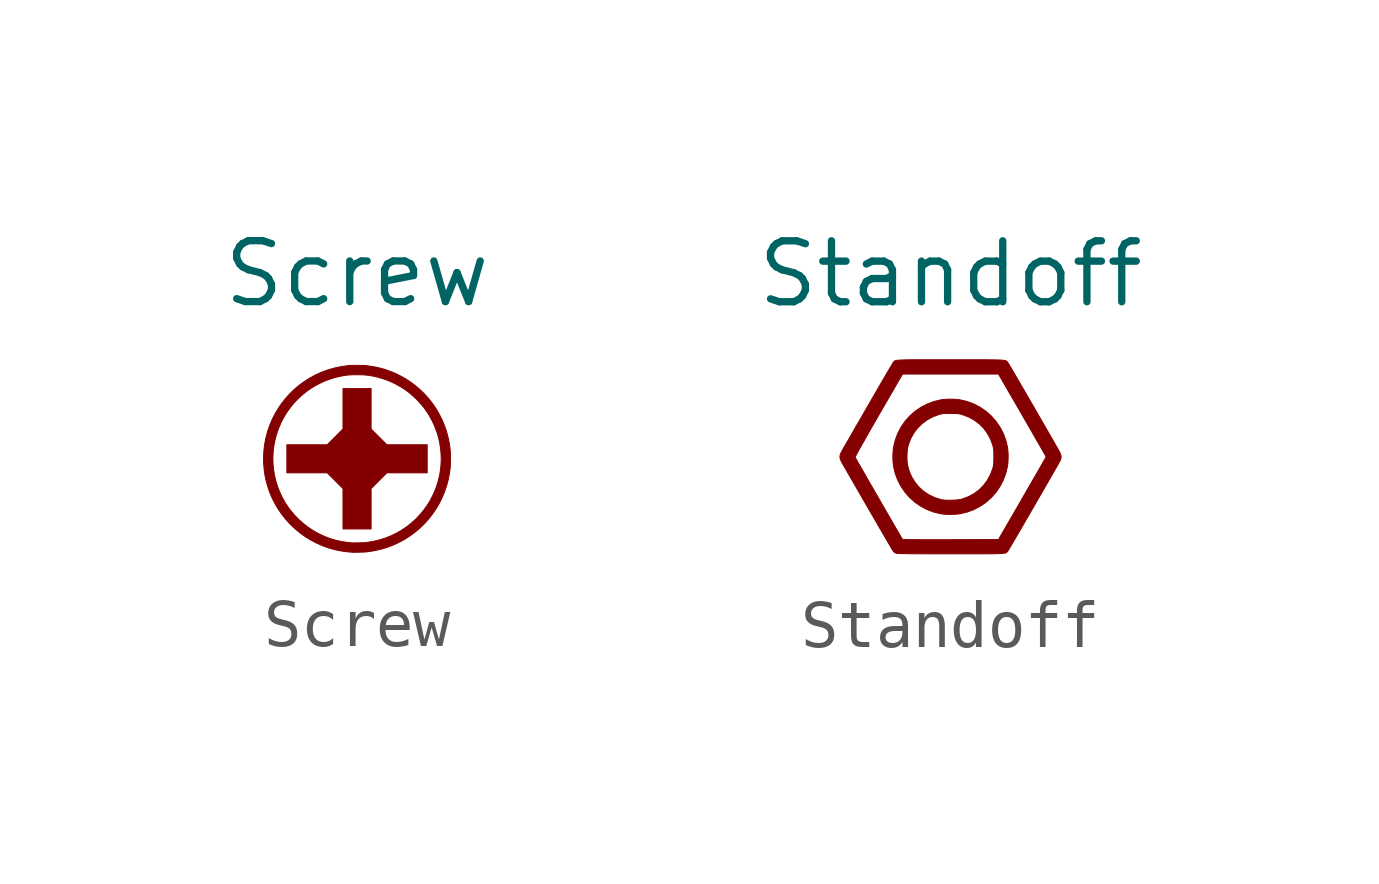
<source format=kicad_sym>
(kicad_symbol_lib
  (version 20241209)
  (generator "kicad_symbol_editor")
  (generator_version "9.0")
  (symbol "Screw"
    (pin_numbers
      (hide yes))
    (pin_names
      (offset 0)
      (hide yes))
    (property "Reference" "G"
      (at 0 2.54 0)
      (effects (font (size 1.27 1.27)) (hide yes)))
    (property "Value" "Screw"
      (at -0.001 3.81 0)
      (effects (font (size 1.27 1.27))))
    (symbol "Screw_0_0"
      (polyline (pts (xy -0.017 -1.998) (xy 0.018 -1.998) (xy 0.055 -1.997) (xy 0.091 -1.996) (xy 0.125 -1.995) (xy 0.155 -1.994) (xy 0.18 -1.992) (xy 0.198 -1.991) (xy 0.219 -1.988) (xy 0.298 -1.977) (xy 0.379 -1.962) (xy 0.461 -1.944) (xy 0.538 -1.924) (xy 0.61 -1.903) (xy 0.725 -1.86) (xy 0.85 -1.805) (xy 0.97 -1.742) (xy 1.084 -1.671) (xy 1.192 -1.593) (xy 1.295 -1.508) (xy 1.391 -1.417) (xy 1.481 -1.319) (xy 1.564 -1.215) (xy 1.639 -1.106) (xy 1.708 -0.992) (xy 1.768 -0.873) (xy 1.821 -0.749) (xy 1.865 -0.622) (xy 1.9 -0.491) (xy 1.927 -0.356) (xy 1.932 -0.32) (xy 1.938 -0.278) (xy 1.942 -0.237) (xy 1.945 -0.197) (xy 1.947 -0.153) (xy 1.948 -0.105) (xy 1.948 -0.049) (xy 1.948 -0.005) (xy 1.947 0.045) (xy 1.946 0.09) (xy 1.943 0.131) (xy 1.939 0.171) (xy 1.933 0.213) (xy 1.927 0.259) (xy 1.904 0.376) (xy 1.87 0.507) (xy 1.827 0.635) (xy 1.776 0.759) (xy 1.716 0.879) (xy 1.649 0.994) (xy 1.574 1.104) (xy 1.492 1.208) (xy 1.403 1.307) (xy 1.307 1.399) (xy 1.206 1.485) (xy 1.098 1.564) (xy 0.984 1.636) (xy 0.865 1.7) (xy 0.741 1.756) (xy 0.612 1.804) (xy 0.591 1.812) (xy 0.503 1.837) (xy 0.409 1.859) (xy 0.312 1.877) (xy 0.215 1.891) (xy 0.214 1.891) (xy 0.177 1.895) (xy 0.132 1.898) (xy 0.081 1.899) (xy 0.027 1.9) (xy -0.028 1.9) (xy -0.081 1.899) (xy -0.132 1.898) (xy -0.177 1.895) (xy -0.215 1.891) (xy -0.346 1.871) (xy -0.481 1.842) (xy -0.612 1.804) (xy -0.739 1.757) (xy -0.862 1.702) (xy -0.981 1.638) (xy -1.096 1.565) (xy -1.202 1.488) (xy -1.306 1.401) (xy -1.403 1.307) (xy -1.492 1.208) (xy -1.575 1.103) (xy -1.649 0.993) (xy -1.716 0.879) (xy -1.775 0.761) (xy -1.825 0.639) (xy -1.868 0.514) (xy -1.902 0.386) (xy -1.927 0.256) (xy -1.943 0.124) (xy -1.951 -0.009) (xy -1.95 -0.018) (xy -1.756 -0.018) (xy -1.749 0.105) (xy -1.734 0.228) (xy -1.71 0.349) (xy -1.678 0.469) (xy -1.637 0.587) (xy -1.587 0.703) (xy -1.529 0.815) (xy -1.462 0.924) (xy -1.386 1.029) (xy -1.322 1.107) (xy -1.233 1.202) (xy -1.137 1.289) (xy -1.036 1.369) (xy -0.93 1.441) (xy -0.818 1.505) (xy -0.702 1.561) (xy -0.582 1.608) (xy -0.459 1.647) (xy -0.332 1.676) (xy -0.312 1.68) (xy -0.268 1.687) (xy -0.227 1.694) (xy -0.188 1.698) (xy -0.148 1.701) (xy -0.104 1.703) (xy -0.056 1.704) (xy 0 1.705) (xy 0.024 1.704) (xy 0.077 1.704) (xy 0.123 1.702) (xy 0.165 1.7) (xy 0.204 1.696) (xy 0.244 1.691) (xy 0.286 1.684) (xy 0.332 1.676) (xy 0.431 1.654) (xy 0.555 1.617) (xy 0.676 1.572) (xy 0.793 1.518) (xy 0.905 1.456) (xy 1.013 1.386) (xy 1.115 1.308) (xy 1.212 1.222) (xy 1.302 1.129) (xy 1.386 1.029) (xy 1.425 0.978) (xy 1.496 0.871) (xy 1.558 0.76) (xy 1.613 0.646) (xy 1.658 0.53) (xy 1.695 0.411) (xy 1.723 0.29) (xy 1.742 0.168) (xy 1.753 0.044) (xy 1.756 -0.079) (xy 1.749 -0.203) (xy 1.734 -0.325) (xy 1.71 -0.447) (xy 1.678 -0.567) (xy 1.637 -0.685) (xy 1.587 -0.8) (xy 1.529 -0.913) (xy 1.462 -1.022) (xy 1.386 -1.127) (xy 1.317 -1.21) (xy 1.228 -1.304) (xy 1.132 -1.391) (xy 1.031 -1.471) (xy 0.924 -1.542) (xy 0.812 -1.606) (xy 0.696 -1.661) (xy 0.575 -1.708) (xy 0.451 -1.746) (xy 0.322 -1.775) (xy 0.19 -1.795) (xy 0.182 -1.796) (xy 0.16 -1.798) (xy 0.132 -1.799) (xy 0.099 -1.8) (xy 0.063 -1.802) (xy 0.026 -1.802) (xy -0.009 -1.803) (xy -0.043 -1.804) (xy -0.072 -1.804) (xy -0.095 -1.803) (xy -0.11 -1.802) (xy -0.118 -1.802) (xy -0.136 -1.8) (xy -0.159 -1.798) (xy -0.183 -1.795) (xy -0.201 -1.793) (xy -0.326 -1.775) (xy -0.449 -1.747) (xy -0.57 -1.711) (xy -0.687 -1.665) (xy -0.802 -1.611) (xy -0.912 -1.549) (xy -1.018 -1.479) (xy -1.119 -1.401) (xy -1.214 -1.317) (xy -1.304 -1.225) (xy -1.386 -1.127) (xy -1.425 -1.076) (xy -1.496 -0.969) (xy -1.559 -0.858) (xy -1.613 -0.744) (xy -1.658 -0.627) (xy -1.695 -0.508) (xy -1.723 -0.387) (xy -1.742 -0.265) (xy -1.753 -0.142) (xy -1.756 -0.018) (xy -1.95 -0.018) (xy -1.949 -0.144) (xy -1.937 -0.279) (xy -1.917 -0.415) (xy -1.903 -0.478) (xy -1.869 -0.609) (xy -1.826 -0.737) (xy -1.774 -0.861) (xy -1.714 -0.98) (xy -1.647 -1.095) (xy -1.572 -1.204) (xy -1.489 -1.309) (xy -1.4 -1.407) (xy -1.304 -1.499) (xy -1.202 -1.585) (xy -1.094 -1.664) (xy -0.981 -1.735) (xy -0.862 -1.799) (xy -0.738 -1.855) (xy -0.61 -1.903) (xy -0.574 -1.914) (xy -0.499 -1.935) (xy -0.42 -1.954) (xy -0.34 -1.97) (xy -0.263 -1.982) (xy -0.19 -1.99) (xy -0.166 -1.992) (xy -0.142 -1.995) (xy -0.124 -1.996) (xy -0.112 -1.998) (xy -0.112 -1.998) (xy -0.099 -1.998) (xy -0.077 -1.999) (xy -0.05 -1.999) (xy -0.017 -1.998)) (stroke (width 0.01) (type default)) (fill (type outline)))
      (polyline (pts (xy 0.293 -1.092) (xy 0.293 -0.671) (xy 0.457 -0.506) (xy 0.622 -0.342) (xy 1.043 -0.342) (xy 1.463 -0.342) (xy 1.463 -0.049) (xy 1.463 0.244) (xy 1.043 0.244) (xy 0.622 0.244) (xy 0.457 0.409) (xy 0.293 0.573) (xy 0.293 0.994) (xy 0.293 1.415) (xy 0 1.415) (xy -0.293 1.415) (xy -0.293 0.994) (xy -0.293 0.573) (xy -0.457 0.409) (xy -0.622 0.244) (xy -1.043 0.244) (xy -1.464 0.244) (xy -1.464 -0.049) (xy -1.464 -0.342) (xy -1.043 -0.342) (xy -0.622 -0.342) (xy -0.457 -0.506) (xy -0.293 -0.671) (xy -0.293 -1.092) (xy -0.293 -1.512) (xy 0 -1.512) (xy 0.293 -1.512) (xy 0.293 -1.092)) (stroke (width 0.01) (type default)) (fill (type outline)))))
  (symbol "Standoff"
    (pin_names
      (offset 1.016))
    (property "Reference" "G"
      (at 0 1.866 0)
      (effects (font (size 1.27 1.27)) (hide yes)))
    (property "Value" "Standoff"
      (at -0.0003 3.81 0)
      (effects (font (size 1.27 1.27))))
    (symbol "Standoff_0_0"
      (polyline (pts (xy 0.06 -1.199) (xy 0.135 -1.195) (xy 0.198 -1.187) (xy 0.346 -1.152) (xy 0.487 -1.099) (xy 0.618 -1.03) (xy 0.74 -0.947) (xy 0.849 -0.85) (xy 0.947 -0.74) (xy 1.03 -0.619) (xy 1.099 -0.487) (xy 1.151 -0.347) (xy 1.187 -0.198) (xy 1.195 -0.133) (xy 1.2 -0.049) (xy 1.201 0.039) (xy 1.196 0.124) (xy 1.187 0.198) (xy 1.152 0.346) (xy 1.099 0.487) (xy 1.03 0.618) (xy 0.947 0.74) (xy 0.85 0.85) (xy 0.74 0.947) (xy 0.619 1.03) (xy 0.487 1.099) (xy 0.347 1.152) (xy 0.198 1.187) (xy 0.133 1.195) (xy 0.049 1.2) (xy -0.039 1.201) (xy -0.124 1.196) (xy -0.198 1.187) (xy -0.346 1.152) (xy -0.487 1.099) (xy -0.618 1.03) (xy -0.74 0.947) (xy -0.85 0.85) (xy -0.947 0.74) (xy -1.03 0.619) (xy -1.099 0.487) (xy -1.152 0.347) (xy -1.187 0.198) (xy -1.195 0.134) (xy -1.2 0.049) (xy -1.2 0.023) (xy -0.907 0.023) (xy -0.903 0.104) (xy -0.894 0.18) (xy -0.88 0.243) (xy -0.875 0.258) (xy -0.827 0.384) (xy -0.762 0.499) (xy -0.683 0.603) (xy -0.589 0.694) (xy -0.483 0.772) (xy -0.365 0.835) (xy -0.237 0.882) (xy -0.215 0.888) (xy -0.184 0.895) (xy -0.152 0.899) (xy -0.113 0.902) (xy -0.064 0.903) (xy 0 0.904) (xy 0.045 0.903) (xy 0.099 0.902) (xy 0.14 0.9) (xy 0.174 0.896) (xy 0.205 0.89) (xy 0.237 0.882) (xy 0.252 0.877) (xy 0.38 0.828) (xy 0.497 0.763) (xy 0.602 0.684) (xy 0.694 0.591) (xy 0.771 0.485) (xy 0.834 0.367) (xy 0.882 0.237) (xy 0.888 0.215) (xy 0.894 0.184) (xy 0.899 0.152) (xy 0.902 0.113) (xy 0.903 0.064) (xy 0.904 0) (xy 0.903 -0.045) (xy 0.902 -0.099) (xy 0.9 -0.14) (xy 0.896 -0.174) (xy 0.89 -0.205) (xy 0.882 -0.237) (xy 0.878 -0.251) (xy 0.829 -0.378) (xy 0.764 -0.495) (xy 0.685 -0.6) (xy 0.593 -0.692) (xy 0.487 -0.77) (xy 0.37 -0.833) (xy 0.242 -0.88) (xy 0.209 -0.888) (xy 0.148 -0.897) (xy 0.077 -0.903) (xy 0.003 -0.906) (xy -0.069 -0.905) (xy -0.134 -0.902) (xy -0.186 -0.894) (xy -0.207 -0.889) (xy -0.335 -0.848) (xy -0.453 -0.791) (xy -0.56 -0.719) (xy -0.656 -0.633) (xy -0.738 -0.534) (xy -0.806 -0.425) (xy -0.859 -0.305) (xy -0.894 -0.177) (xy -0.901 -0.133) (xy -0.907 -0.059) (xy -0.907 0.023) (xy -1.2 0.023) (xy -1.201 -0.039) (xy -1.196 -0.124) (xy -1.187 -0.198) (xy -1.154 -0.34) (xy -1.102 -0.481) (xy -1.034 -0.612) (xy -0.951 -0.734) (xy -0.854 -0.845) (xy -0.745 -0.943) (xy -0.625 -1.027) (xy -0.494 -1.097) (xy -0.354 -1.15) (xy -0.206 -1.186) (xy -0.17 -1.192) (xy -0.1 -1.198) (xy -0.021 -1.2) (xy 0.06 -1.199)) (stroke (width 0.01) (type default)) (fill (type outline)))
      (polyline (pts (xy 0.642 -2.022) (xy 0.741 -2.021) (xy 0.826 -2.021) (xy 0.899 -2.02) (xy 0.96 -2.019) (xy 1.011 -2.017) (xy 1.053 -2.015) (xy 1.087 -2.013) (xy 1.113 -2.01) (xy 1.133 -2.006) (xy 1.149 -2.002) (xy 1.16 -1.998) (xy 1.169 -1.993) (xy 1.175 -1.986) (xy 1.181 -1.98) (xy 1.188 -1.972) (xy 1.19 -1.97) (xy 1.201 -1.952) (xy 1.221 -1.919) (xy 1.251 -1.869) (xy 1.289 -1.804) (xy 1.336 -1.724) (xy 1.391 -1.63) (xy 1.454 -1.522) (xy 1.524 -1.401) (xy 1.602 -1.266) (xy 1.687 -1.12) (xy 1.778 -0.962) (xy 1.876 -0.792) (xy 1.98 -0.612) (xy 2.09 -0.421) (xy 2.205 -0.221) (xy 2.212 -0.208) (xy 2.247 -0.148) (xy 2.273 -0.1) (xy 2.292 -0.061) (xy 2.302 -0.026) (xy 2.304 0.007) (xy 2.297 0.041) (xy 2.282 0.08) (xy 2.259 0.126) (xy 2.227 0.183) (xy 2.185 0.255) (xy 2.157 0.305) (xy 2.045 0.499) (xy 1.939 0.683) (xy 1.838 0.858) (xy 1.744 1.022) (xy 1.655 1.174) (xy 1.574 1.315) (xy 1.499 1.444) (xy 1.431 1.56) (xy 1.372 1.663) (xy 1.32 1.752) (xy 1.276 1.827) (xy 1.24 1.887) (xy 1.214 1.931) (xy 1.196 1.96) (xy 1.188 1.972) (xy 1.185 1.976) (xy 1.179 1.983) (xy 1.172 1.99) (xy 1.165 1.995) (xy 1.155 2) (xy 1.142 2.005) (xy 1.124 2.008) (xy 1.101 2.011) (xy 1.071 2.014) (xy 1.034 2.016) (xy 0.988 2.018) (xy 0.931 2.019) (xy 0.865 2.02) (xy 0.786 2.021) (xy 0.694 2.022) (xy 0.588 2.022) (xy 0.466 2.022) (xy 0.329 2.022) (xy 0.173 2.022) (xy 0 2.022) (xy -0.086 2.022) (xy -0.251 2.022) (xy -0.397 2.022) (xy -0.527 2.022) (xy -0.641 2.022) (xy -0.74 2.022) (xy -0.825 2.021) (xy -0.898 2.02) (xy -0.96 2.019) (xy -1.011 2.017) (xy -1.053 2.015) (xy -1.086 2.013) (xy -1.113 2.01) (xy -1.133 2.007) (xy -1.149 2.002) (xy -1.16 1.998) (xy -1.169 1.993) (xy -1.175 1.987) (xy -1.181 1.98) (xy -1.188 1.972) (xy -1.188 1.972) (xy -1.198 1.958) (xy -1.216 1.927) (xy -1.244 1.88) (xy -1.281 1.818) (xy -1.327 1.74) (xy -1.381 1.648) (xy -1.443 1.541) (xy -1.513 1.42) (xy -1.591 1.286) (xy -1.676 1.139) (xy -1.768 0.979) (xy -1.867 0.807) (xy -1.974 0.623) (xy -2.086 0.427) (xy -2.205 0.221) (xy -2.22 0.195) (xy -2.254 0.134) (xy -2.28 0.086) (xy -2.297 0.046) (xy -2.304 0.011) (xy -2.303 -0.01) (xy -1.988 -0.01) (xy -1.983 0.002) (xy -1.969 0.029) (xy -1.947 0.072) (xy -1.915 0.129) (xy -1.876 0.2) (xy -1.829 0.283) (xy -1.775 0.379) (xy -1.715 0.485) (xy -1.648 0.603) (xy -1.575 0.729) (xy -1.497 0.865) (xy -1 1.724) (xy -0.0001 1.724) (xy 1 1.724) (xy 1.497 0.865) (xy 1.545 0.78) (xy 1.612 0.664) (xy 1.676 0.554) (xy 1.735 0.451) (xy 1.79 0.355) (xy 1.84 0.268) (xy 1.884 0.192) (xy 1.922 0.126) (xy 1.952 0.073) (xy 1.974 0.034) (xy 1.988 0.009) (xy 1.993 0.0001) (xy 1.99 -0.005) (xy 1.979 -0.025) (xy 1.959 -0.06) (xy 1.931 -0.109) (xy 1.896 -0.171) (xy 1.854 -0.244) (xy 1.806 -0.328) (xy 1.752 -0.421) (xy 1.694 -0.523) (xy 1.631 -0.631) (xy 1.565 -0.746) (xy 1.497 -0.865) (xy 1 -1.724) (xy 0.003 -1.727) (xy -0.061 -1.727) (xy -0.222 -1.727) (xy -0.364 -1.727) (xy -0.49 -1.727) (xy -0.599 -1.727) (xy -0.692 -1.727) (xy -0.772 -1.726) (xy -0.837 -1.726) (xy -0.891 -1.725) (xy -0.932 -1.724) (xy -0.964 -1.722) (xy -0.985 -1.721) (xy -0.998 -1.719) (xy -1.003 -1.717) (xy -1.004 -1.716) (xy -1.013 -1.702) (xy -1.03 -1.673) (xy -1.055 -1.63) (xy -1.087 -1.574) (xy -1.126 -1.508) (xy -1.17 -1.432) (xy -1.219 -1.347) (xy -1.271 -1.256) (xy -1.327 -1.16) (xy -1.385 -1.059) (xy -1.445 -0.956) (xy -1.505 -0.851) (xy -1.565 -0.747) (xy -1.624 -0.644) (xy -1.682 -0.545) (xy -1.737 -0.449) (xy -1.788 -0.359) (xy -1.835 -0.277) (xy -1.878 -0.203) (xy -1.915 -0.139) (xy -1.945 -0.086) (xy -1.967 -0.046) (xy -1.982 -0.02) (xy -1.988 -0.01) (xy -1.988 -0.01) (xy -2.303 -0.01) (xy -2.303 -0.023) (xy -2.292 -0.059) (xy -2.272 -0.102) (xy -2.243 -0.154) (xy -2.205 -0.221) (xy -2.191 -0.245) (xy -2.073 -0.45) (xy -1.961 -0.644) (xy -1.856 -0.827) (xy -1.757 -0.998) (xy -1.665 -1.157) (xy -1.581 -1.302) (xy -1.504 -1.435) (xy -1.435 -1.554) (xy -1.374 -1.659) (xy -1.321 -1.75) (xy -1.276 -1.826) (xy -1.241 -1.886) (xy -1.214 -1.931) (xy -1.196 -1.96) (xy -1.188 -1.972) (xy -1.166 -1.991) (xy -1.138 -2.008) (xy -1.135 -2.01) (xy -1.124 -2.011) (xy -1.106 -2.013) (xy -1.08 -2.015) (xy -1.046 -2.016) (xy -1.001 -2.017) (xy -0.946 -2.018) (xy -0.879 -2.019) (xy -0.8 -2.02) (xy -0.707 -2.021) (xy -0.599 -2.021) (xy -0.476 -2.021) (xy -0.336 -2.022) (xy -0.178 -2.022) (xy -0.002 -2.022) (xy 0.088 -2.022) (xy 0.252 -2.022) (xy 0.398 -2.022) (xy 0.528 -2.022) (xy 0.642 -2.022)) (stroke (width 0.01) (type default)) (fill (type outline))))))
</source>
